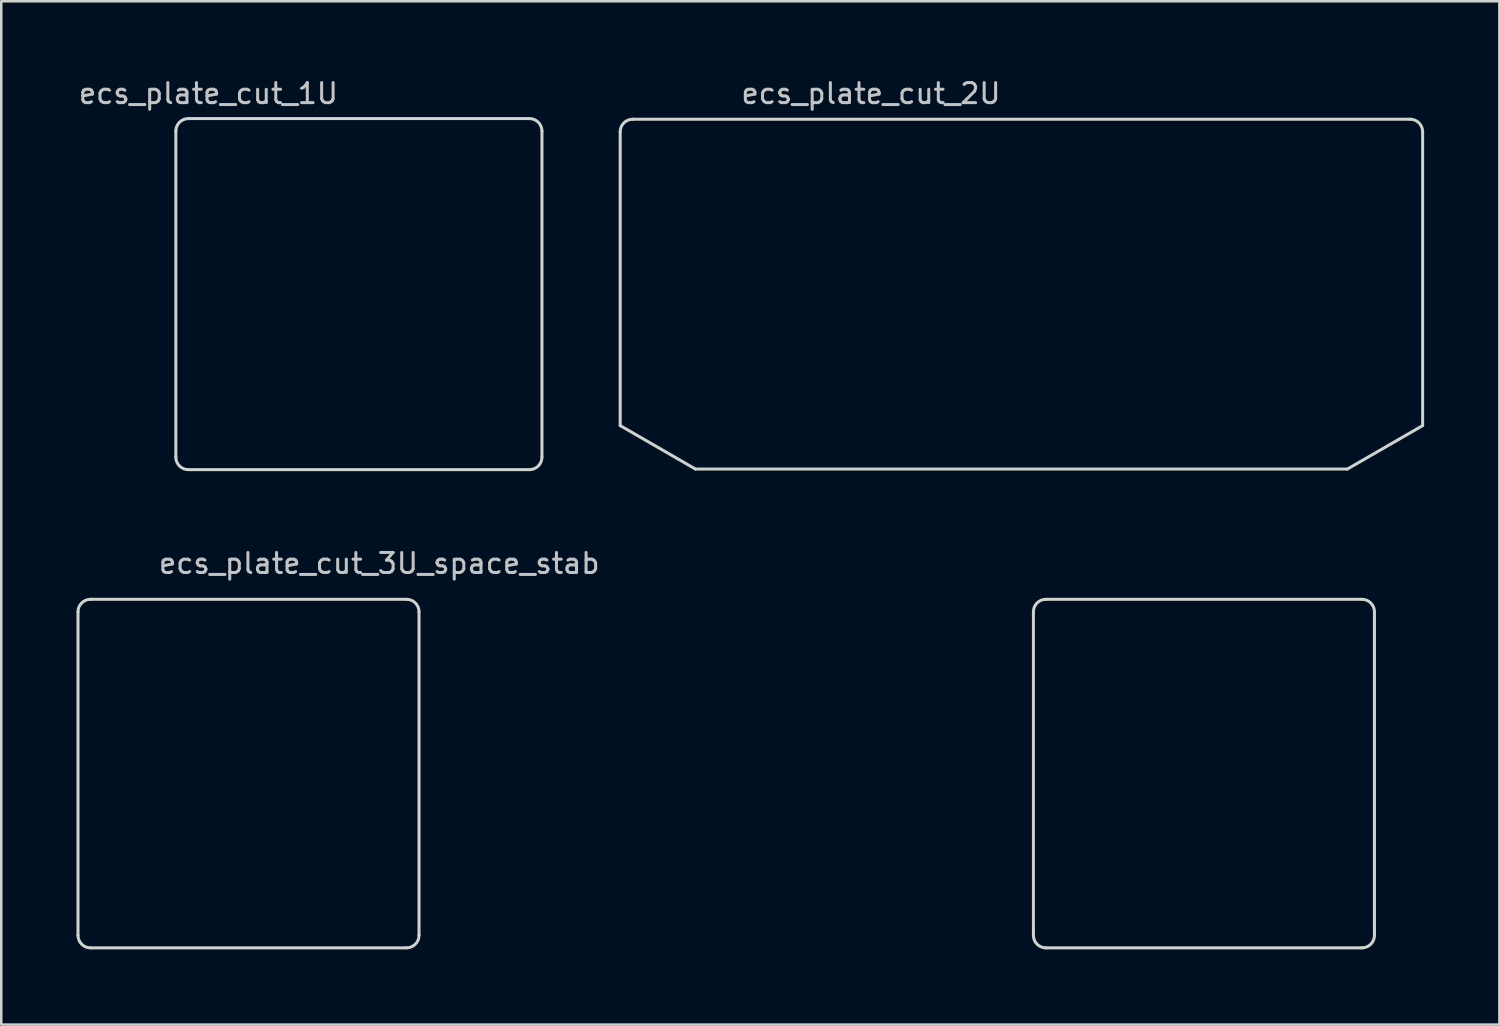
<source format=kicad_pcb>
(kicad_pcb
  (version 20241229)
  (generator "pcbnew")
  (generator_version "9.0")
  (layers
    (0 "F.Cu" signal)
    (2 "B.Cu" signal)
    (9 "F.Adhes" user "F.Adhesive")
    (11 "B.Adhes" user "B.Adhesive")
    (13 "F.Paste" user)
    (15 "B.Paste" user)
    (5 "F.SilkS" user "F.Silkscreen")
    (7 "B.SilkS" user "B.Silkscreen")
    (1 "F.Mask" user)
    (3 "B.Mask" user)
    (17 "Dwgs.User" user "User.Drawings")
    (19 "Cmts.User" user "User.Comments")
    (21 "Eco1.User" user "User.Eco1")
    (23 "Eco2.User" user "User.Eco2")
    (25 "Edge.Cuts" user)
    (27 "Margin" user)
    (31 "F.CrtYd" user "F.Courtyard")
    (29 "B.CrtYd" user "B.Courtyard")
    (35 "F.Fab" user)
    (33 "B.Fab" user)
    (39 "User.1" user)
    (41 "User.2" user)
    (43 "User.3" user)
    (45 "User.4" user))
  (footprint "ecs_plate_cut_2U"
    (layer "F.Cu")
    (at 37.682 8.679)
    (property "Reference" "ecs_plate_cut_2U" (at -6 -8 0) (layer "Dwgs.User") (effects (font (size 0.8 0.8) (thickness 0.12))))
    (attr smd)
    (fp_line (start -16 -6.475) (end -16 5.243) (stroke (width 0.12) (type solid)) (layer "Edge.Cuts"))
    (fp_line (start -16 5.243) (end -13 6.975) (stroke (width 0.12) (type solid)) (layer "Edge.Cuts"))
    (fp_line (start -15.5 -6.975) (end 15.5 -6.975) (stroke (width 0.12) (type solid)) (layer "Edge.Cuts"))
    (fp_line (start 13 6.975) (end -13 6.975) (stroke (width 0.12) (type solid)) (layer "Edge.Cuts"))
    (fp_line (start 16 -6.475) (end 16 5.243) (stroke (width 0.12) (type solid)) (layer "Edge.Cuts"))
    (fp_line (start 16 5.243) (end 13 6.975) (stroke (width 0.12) (type solid)) (layer "Edge.Cuts"))
    (fp_arc (start -16 -6.475) (mid -15.853553 -6.828553) (end -15.5 -6.975) (stroke (width 0.12) (type default)) (layer "Edge.Cuts"))
    (fp_arc (start 15.5 -6.975) (mid 15.853553 -6.828553) (end 16 -6.475) (stroke (width 0.12) (type default)) (layer "Edge.Cuts")))
  (footprint "ecs_plate_cut_3U_space_stab"
    (layer "F.Cu")
    (at 25.91 27.799)
    (property "Reference" "ecs_plate_cut_3U_space_stab" (at -13.836 -8.382 0) (layer "Dwgs.User") (effects (font (size 0.8 0.8) (thickness 0.12))))
    (attr smd)
    (fp_line (start -25.85 6.45) (end -25.85 -6.45) (stroke (width 0.12) (type solid)) (layer "Edge.Cuts"))
    (fp_line (start -25.35 -6.95) (end -12.75 -6.95) (stroke (width 0.12) (type solid)) (layer "Edge.Cuts"))
    (fp_line (start -12.75 6.95) (end -25.35 6.95) (stroke (width 0.12) (type solid)) (layer "Edge.Cuts"))
    (fp_line (start -12.25 -6.45) (end -12.25 6.45) (stroke (width 0.12) (type solid)) (layer "Edge.Cuts"))
    (fp_line (start 12.25 6.45) (end 12.25 -6.45) (stroke (width 0.12) (type solid)) (layer "Edge.Cuts"))
    (fp_line (start 12.75 -6.95) (end 25.35 -6.95) (stroke (width 0.12) (type solid)) (layer "Edge.Cuts"))
    (fp_line (start 25.35 6.95) (end 12.75 6.95) (stroke (width 0.12) (type solid)) (layer "Edge.Cuts"))
    (fp_line (start 25.85 -6.45) (end 25.85 6.45) (stroke (width 0.12) (type solid)) (layer "Edge.Cuts"))
    (fp_arc (start -25.85 -6.45) (mid -25.703553 -6.803553) (end -25.35 -6.95) (stroke (width 0.12) (type solid)) (layer "Edge.Cuts"))
    (fp_arc (start -25.35 6.95) (mid -25.703553 6.803553) (end -25.85 6.45) (stroke (width 0.12) (type solid)) (layer "Edge.Cuts"))
    (fp_arc (start -12.75 -6.95) (mid -12.396447 -6.803553) (end -12.25 -6.45) (stroke (width 0.12) (type solid)) (layer "Edge.Cuts"))
    (fp_arc (start -12.25 6.45) (mid -12.396447 6.803553) (end -12.75 6.95) (stroke (width 0.12) (type solid)) (layer "Edge.Cuts"))
    (fp_arc (start 12.25 -6.45) (mid 12.396447 -6.803553) (end 12.75 -6.95) (stroke (width 0.12) (type solid)) (layer "Edge.Cuts"))
    (fp_arc (start 12.75 6.95) (mid 12.396447 6.803553) (end 12.25 6.45) (stroke (width 0.12) (type solid)) (layer "Edge.Cuts"))
    (fp_arc (start 25.35 -6.95) (mid 25.703553 -6.803553) (end 25.85 -6.45) (stroke (width 0.12) (type solid)) (layer "Edge.Cuts"))
    (fp_arc (start 25.85 6.45) (mid 25.703553 6.803553) (end 25.35 6.95) (stroke (width 0.12) (type solid)) (layer "Edge.Cuts")))
  (footprint "ecs_plate_cut_1U"
    (layer "F.Cu")
    (at 11.262 8.679)
    (property "Reference" "ecs_plate_cut_1U" (at -6 -8 0) (layer "Dwgs.User") (effects (font (size 0.8 0.8) (thickness 0.12))))
    (attr smd)
    (fp_line (start -7.3 -6.5) (end -7.3 6.5) (stroke (width 0.12) (type solid)) (layer "Edge.Cuts"))
    (fp_line (start -6.8 7) (end 6.8 7) (stroke (width 0.12) (type solid)) (layer "Edge.Cuts"))
    (fp_line (start 6.8 -7) (end -6.8 -7) (stroke (width 0.12) (type solid)) (layer "Edge.Cuts"))
    (fp_line (start 7.3 6.5) (end 7.3 -6.5) (stroke (width 0.12) (type solid)) (layer "Edge.Cuts"))
    (fp_arc (start -7.3 -6.5) (mid -7.153553 -6.853553) (end -6.8 -7) (stroke (width 0.12) (type default)) (layer "Edge.Cuts"))
    (fp_arc (start -6.8 7) (mid -7.153553 6.853553) (end -7.3 6.5) (stroke (width 0.12) (type default)) (layer "Edge.Cuts"))
    (fp_arc (start 6.8 -7) (mid 7.153553 -6.853553) (end 7.3 -6.5) (stroke (width 0.12) (type default)) (layer "Edge.Cuts"))
    (fp_arc (start 7.3 6.5) (mid 7.153553 6.853553) (end 6.8 7) (stroke (width 0.12) (type default)) (layer "Edge.Cuts")))
  (gr_rect
    (start -3 -3)
    (end 56.742 37.809)
    (stroke (width 0.1) (type default))
    (fill no)
    (layer "Edge.Cuts")))
</source>
